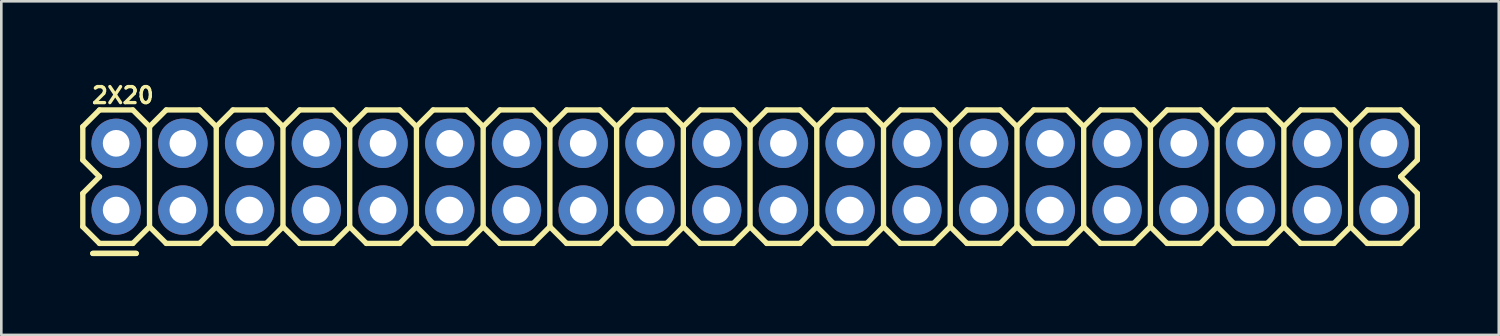
<source format=kicad_pcb>
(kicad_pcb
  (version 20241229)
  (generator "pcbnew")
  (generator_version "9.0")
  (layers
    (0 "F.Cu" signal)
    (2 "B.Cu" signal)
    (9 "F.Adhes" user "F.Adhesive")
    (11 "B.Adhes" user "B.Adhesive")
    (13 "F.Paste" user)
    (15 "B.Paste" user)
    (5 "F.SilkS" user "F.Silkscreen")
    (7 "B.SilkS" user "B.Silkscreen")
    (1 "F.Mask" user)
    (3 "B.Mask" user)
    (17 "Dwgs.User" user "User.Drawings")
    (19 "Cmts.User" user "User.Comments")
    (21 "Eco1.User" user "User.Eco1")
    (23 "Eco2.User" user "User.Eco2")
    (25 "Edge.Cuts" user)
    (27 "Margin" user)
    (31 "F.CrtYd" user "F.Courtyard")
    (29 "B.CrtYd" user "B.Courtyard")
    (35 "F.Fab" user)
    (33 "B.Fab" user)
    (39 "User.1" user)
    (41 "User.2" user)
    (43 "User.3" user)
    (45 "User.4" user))
  (footprint "2X20"
    (layer "F.Cu")
    (at 1.372 4.946)
    (property "Reference" "2X20" (at 0.254 -4.366 0) (layer "F.SilkS") (effects (font (size 0.61 0.61) (thickness 0.127))))
    (attr exclude_from_pos_files exclude_from_bom)
    (fp_line (start -1.27 -3.175) (end -1.27 -1.905) (stroke (width 0.203) (type solid)) (layer "F.SilkS"))
    (fp_line (start -1.27 -3.175) (end -0.635 -3.81) (stroke (width 0.203) (type solid)) (layer "F.SilkS"))
    (fp_line (start -1.27 -1.905) (end -0.635 -1.27) (stroke (width 0.203) (type solid)) (layer "F.SilkS"))
    (fp_line (start -1.27 -0.635) (end -1.27 0.635) (stroke (width 0.203) (type solid)) (layer "F.SilkS"))
    (fp_line (start -1.27 0.635) (end -0.635 1.27) (stroke (width 0.203) (type solid)) (layer "F.SilkS"))
    (fp_line (start -0.889 1.651) (end 0.762 1.651) (stroke (width 0.203) (type solid)) (layer "F.SilkS"))
    (fp_line (start -0.889 1.651) (end 0.762 1.651) (stroke (width 0.203) (type solid)) (layer "F.SilkS"))
    (fp_line (start -0.635 -3.81) (end 0.635 -3.81) (stroke (width 0.203) (type solid)) (layer "F.SilkS"))
    (fp_line (start -0.635 -1.27) (end -1.27 -0.635) (stroke (width 0.203) (type solid)) (layer "F.SilkS"))
    (fp_line (start 0.635 -3.81) (end 1.27 -3.175) (stroke (width 0.203) (type solid)) (layer "F.SilkS"))
    (fp_line (start 0.635 1.27) (end -0.635 1.27) (stroke (width 0.203) (type solid)) (layer "F.SilkS"))
    (fp_line (start 1.27 -3.175) (end 1.27 0.635) (stroke (width 0.203) (type solid)) (layer "F.SilkS"))
    (fp_line (start 1.27 -3.175) (end 1.905 -3.81) (stroke (width 0.203) (type solid)) (layer "F.SilkS"))
    (fp_line (start 1.27 0.635) (end 0.635 1.27) (stroke (width 0.203) (type solid)) (layer "F.SilkS"))
    (fp_line (start 1.905 -3.81) (end 3.175 -3.81) (stroke (width 0.203) (type solid)) (layer "F.SilkS"))
    (fp_line (start 1.905 1.27) (end 1.27 0.635) (stroke (width 0.203) (type solid)) (layer "F.SilkS"))
    (fp_line (start 3.175 -3.81) (end 3.81 -3.175) (stroke (width 0.203) (type solid)) (layer "F.SilkS"))
    (fp_line (start 3.175 1.27) (end 1.905 1.27) (stroke (width 0.203) (type solid)) (layer "F.SilkS"))
    (fp_line (start 3.81 -3.175) (end 3.81 0.635) (stroke (width 0.203) (type solid)) (layer "F.SilkS"))
    (fp_line (start 3.81 -3.175) (end 4.445 -3.81) (stroke (width 0.203) (type solid)) (layer "F.SilkS"))
    (fp_line (start 3.81 0.635) (end 3.175 1.27) (stroke (width 0.203) (type solid)) (layer "F.SilkS"))
    (fp_line (start 4.445 -3.81) (end 5.715 -3.81) (stroke (width 0.203) (type solid)) (layer "F.SilkS"))
    (fp_line (start 4.445 1.27) (end 3.81 0.635) (stroke (width 0.203) (type solid)) (layer "F.SilkS"))
    (fp_line (start 5.715 -3.81) (end 6.35 -3.175) (stroke (width 0.203) (type solid)) (layer "F.SilkS"))
    (fp_line (start 5.715 1.27) (end 4.445 1.27) (stroke (width 0.203) (type solid)) (layer "F.SilkS"))
    (fp_line (start 6.35 -3.175) (end 6.35 0.635) (stroke (width 0.203) (type solid)) (layer "F.SilkS"))
    (fp_line (start 6.35 0.635) (end 5.715 1.27) (stroke (width 0.203) (type solid)) (layer "F.SilkS"))
    (fp_line (start 6.35 0.635) (end 6.985 1.27) (stroke (width 0.203) (type solid)) (layer "F.SilkS"))
    (fp_line (start 6.985 -3.81) (end 6.35 -3.175) (stroke (width 0.203) (type solid)) (layer "F.SilkS"))
    (fp_line (start 6.985 -3.81) (end 8.255 -3.81) (stroke (width 0.203) (type solid)) (layer "F.SilkS"))
    (fp_line (start 8.255 -3.81) (end 8.89 -3.175) (stroke (width 0.203) (type solid)) (layer "F.SilkS"))
    (fp_line (start 8.255 1.27) (end 6.985 1.27) (stroke (width 0.203) (type solid)) (layer "F.SilkS"))
    (fp_line (start 8.89 -3.175) (end 8.89 0.635) (stroke (width 0.203) (type solid)) (layer "F.SilkS"))
    (fp_line (start 8.89 -3.175) (end 9.525 -3.81) (stroke (width 0.203) (type solid)) (layer "F.SilkS"))
    (fp_line (start 8.89 0.635) (end 8.255 1.27) (stroke (width 0.203) (type solid)) (layer "F.SilkS"))
    (fp_line (start 9.525 -3.81) (end 10.795 -3.81) (stroke (width 0.203) (type solid)) (layer "F.SilkS"))
    (fp_line (start 9.525 1.27) (end 8.89 0.635) (stroke (width 0.203) (type solid)) (layer "F.SilkS"))
    (fp_line (start 10.795 -3.81) (end 11.43 -3.175) (stroke (width 0.203) (type solid)) (layer "F.SilkS"))
    (fp_line (start 10.795 1.27) (end 9.525 1.27) (stroke (width 0.203) (type solid)) (layer "F.SilkS"))
    (fp_line (start 11.43 -3.175) (end 11.43 0.635) (stroke (width 0.203) (type solid)) (layer "F.SilkS"))
    (fp_line (start 11.43 -3.175) (end 12.065 -3.81) (stroke (width 0.203) (type solid)) (layer "F.SilkS"))
    (fp_line (start 11.43 0.635) (end 10.795 1.27) (stroke (width 0.203) (type solid)) (layer "F.SilkS"))
    (fp_line (start 12.065 -3.81) (end 13.335 -3.81) (stroke (width 0.203) (type solid)) (layer "F.SilkS"))
    (fp_line (start 12.065 1.27) (end 11.43 0.635) (stroke (width 0.203) (type solid)) (layer "F.SilkS"))
    (fp_line (start 13.335 -3.81) (end 13.97 -3.175) (stroke (width 0.203) (type solid)) (layer "F.SilkS"))
    (fp_line (start 13.335 1.27) (end 12.065 1.27) (stroke (width 0.203) (type solid)) (layer "F.SilkS"))
    (fp_line (start 13.97 -3.175) (end 13.97 0.635) (stroke (width 0.203) (type solid)) (layer "F.SilkS"))
    (fp_line (start 13.97 0.635) (end 13.335 1.27) (stroke (width 0.203) (type solid)) (layer "F.SilkS"))
    (fp_line (start 13.97 0.635) (end 14.605 1.27) (stroke (width 0.203) (type solid)) (layer "F.SilkS"))
    (fp_line (start 14.605 -3.81) (end 13.97 -3.175) (stroke (width 0.203) (type solid)) (layer "F.SilkS"))
    (fp_line (start 14.605 -3.81) (end 15.875 -3.81) (stroke (width 0.203) (type solid)) (layer "F.SilkS"))
    (fp_line (start 15.875 -3.81) (end 16.51 -3.175) (stroke (width 0.203) (type solid)) (layer "F.SilkS"))
    (fp_line (start 15.875 1.27) (end 14.605 1.27) (stroke (width 0.203) (type solid)) (layer "F.SilkS"))
    (fp_line (start 16.51 -3.175) (end 16.51 0.635) (stroke (width 0.203) (type solid)) (layer "F.SilkS"))
    (fp_line (start 16.51 0.635) (end 15.875 1.27) (stroke (width 0.203) (type solid)) (layer "F.SilkS"))
    (fp_line (start 16.51 0.635) (end 17.145 1.27) (stroke (width 0.203) (type solid)) (layer "F.SilkS"))
    (fp_line (start 17.145 -3.81) (end 16.51 -3.175) (stroke (width 0.203) (type solid)) (layer "F.SilkS"))
    (fp_line (start 17.145 -3.81) (end 18.415 -3.81) (stroke (width 0.203) (type solid)) (layer "F.SilkS"))
    (fp_line (start 18.415 -3.81) (end 19.05 -3.175) (stroke (width 0.203) (type solid)) (layer "F.SilkS"))
    (fp_line (start 18.415 1.27) (end 17.145 1.27) (stroke (width 0.203) (type solid)) (layer "F.SilkS"))
    (fp_line (start 19.05 -3.175) (end 19.05 0.635) (stroke (width 0.203) (type solid)) (layer "F.SilkS"))
    (fp_line (start 19.05 -3.175) (end 19.685 -3.81) (stroke (width 0.203) (type solid)) (layer "F.SilkS"))
    (fp_line (start 19.05 0.635) (end 18.415 1.27) (stroke (width 0.203) (type solid)) (layer "F.SilkS"))
    (fp_line (start 19.685 -3.81) (end 20.955 -3.81) (stroke (width 0.203) (type solid)) (layer "F.SilkS"))
    (fp_line (start 19.685 1.27) (end 19.05 0.635) (stroke (width 0.203) (type solid)) (layer "F.SilkS"))
    (fp_line (start 20.955 -3.81) (end 21.59 -3.175) (stroke (width 0.203) (type solid)) (layer "F.SilkS"))
    (fp_line (start 20.955 1.27) (end 19.685 1.27) (stroke (width 0.203) (type solid)) (layer "F.SilkS"))
    (fp_line (start 21.59 -3.175) (end 21.59 0.635) (stroke (width 0.203) (type solid)) (layer "F.SilkS"))
    (fp_line (start 21.59 -3.175) (end 22.225 -3.81) (stroke (width 0.203) (type solid)) (layer "F.SilkS"))
    (fp_line (start 21.59 0.635) (end 20.955 1.27) (stroke (width 0.203) (type solid)) (layer "F.SilkS"))
    (fp_line (start 22.225 -3.81) (end 23.495 -3.81) (stroke (width 0.203) (type solid)) (layer "F.SilkS"))
    (fp_line (start 22.225 1.27) (end 21.59 0.635) (stroke (width 0.203) (type solid)) (layer "F.SilkS"))
    (fp_line (start 23.495 -3.81) (end 24.13 -3.175) (stroke (width 0.203) (type solid)) (layer "F.SilkS"))
    (fp_line (start 23.495 1.27) (end 22.225 1.27) (stroke (width 0.203) (type solid)) (layer "F.SilkS"))
    (fp_line (start 24.13 -3.175) (end 24.13 0.635) (stroke (width 0.203) (type solid)) (layer "F.SilkS"))
    (fp_line (start 24.13 0.635) (end 23.495 1.27) (stroke (width 0.203) (type solid)) (layer "F.SilkS"))
    (fp_line (start 24.13 0.635) (end 24.765 1.27) (stroke (width 0.203) (type solid)) (layer "F.SilkS"))
    (fp_line (start 24.765 -3.81) (end 24.13 -3.175) (stroke (width 0.203) (type solid)) (layer "F.SilkS"))
    (fp_line (start 24.765 -3.81) (end 26.035 -3.81) (stroke (width 0.203) (type solid)) (layer "F.SilkS"))
    (fp_line (start 26.035 -3.81) (end 26.67 -3.175) (stroke (width 0.203) (type solid)) (layer "F.SilkS"))
    (fp_line (start 26.035 1.27) (end 24.765 1.27) (stroke (width 0.203) (type solid)) (layer "F.SilkS"))
    (fp_line (start 26.67 -3.175) (end 26.67 0.635) (stroke (width 0.203) (type solid)) (layer "F.SilkS"))
    (fp_line (start 26.67 -3.175) (end 27.305 -3.81) (stroke (width 0.203) (type solid)) (layer "F.SilkS"))
    (fp_line (start 26.67 0.635) (end 26.035 1.27) (stroke (width 0.203) (type solid)) (layer "F.SilkS"))
    (fp_line (start 27.305 -3.81) (end 28.575 -3.81) (stroke (width 0.203) (type solid)) (layer "F.SilkS"))
    (fp_line (start 27.305 1.27) (end 26.67 0.635) (stroke (width 0.203) (type solid)) (layer "F.SilkS"))
    (fp_line (start 28.575 -3.81) (end 29.21 -3.175) (stroke (width 0.203) (type solid)) (layer "F.SilkS"))
    (fp_line (start 28.575 1.27) (end 27.305 1.27) (stroke (width 0.203) (type solid)) (layer "F.SilkS"))
    (fp_line (start 29.21 -3.175) (end 29.21 0.635) (stroke (width 0.203) (type solid)) (layer "F.SilkS"))
    (fp_line (start 29.21 -3.175) (end 29.845 -3.81) (stroke (width 0.203) (type solid)) (layer "F.SilkS"))
    (fp_line (start 29.21 0.635) (end 28.575 1.27) (stroke (width 0.203) (type solid)) (layer "F.SilkS"))
    (fp_line (start 29.845 -3.81) (end 31.115 -3.81) (stroke (width 0.203) (type solid)) (layer "F.SilkS"))
    (fp_line (start 29.845 1.27) (end 29.21 0.635) (stroke (width 0.203) (type solid)) (layer "F.SilkS"))
    (fp_line (start 31.115 -3.81) (end 31.75 -3.175) (stroke (width 0.203) (type solid)) (layer "F.SilkS"))
    (fp_line (start 31.115 1.27) (end 29.845 1.27) (stroke (width 0.203) (type solid)) (layer "F.SilkS"))
    (fp_line (start 31.75 -3.175) (end 31.75 0.635) (stroke (width 0.203) (type solid)) (layer "F.SilkS"))
    (fp_line (start 31.75 0.635) (end 31.115 1.27) (stroke (width 0.203) (type solid)) (layer "F.SilkS"))
    (fp_line (start 32.385 -3.81) (end 31.75 -3.175) (stroke (width 0.203) (type solid)) (layer "F.SilkS"))
    (fp_line (start 32.385 -3.81) (end 33.655 -3.81) (stroke (width 0.203) (type solid)) (layer "F.SilkS"))
    (fp_line (start 32.385 1.27) (end 31.75 0.635) (stroke (width 0.203) (type solid)) (layer "F.SilkS"))
    (fp_line (start 33.655 -3.81) (end 34.29 -3.175) (stroke (width 0.203) (type solid)) (layer "F.SilkS"))
    (fp_line (start 33.655 1.27) (end 32.385 1.27) (stroke (width 0.203) (type solid)) (layer "F.SilkS"))
    (fp_line (start 34.29 -3.175) (end 34.29 0.635) (stroke (width 0.203) (type solid)) (layer "F.SilkS"))
    (fp_line (start 34.29 0.635) (end 33.655 1.27) (stroke (width 0.203) (type solid)) (layer "F.SilkS"))
    (fp_line (start 34.925 -3.81) (end 34.29 -3.175) (stroke (width 0.203) (type solid)) (layer "F.SilkS"))
    (fp_line (start 34.925 -3.81) (end 36.195 -3.81) (stroke (width 0.203) (type solid)) (layer "F.SilkS"))
    (fp_line (start 34.925 1.27) (end 34.29 0.635) (stroke (width 0.203) (type solid)) (layer "F.SilkS"))
    (fp_line (start 36.195 -3.81) (end 36.83 -3.175) (stroke (width 0.203) (type solid)) (layer "F.SilkS"))
    (fp_line (start 36.195 1.27) (end 34.925 1.27) (stroke (width 0.203) (type solid)) (layer "F.SilkS"))
    (fp_line (start 36.83 -3.175) (end 36.83 0.635) (stroke (width 0.203) (type solid)) (layer "F.SilkS"))
    (fp_line (start 36.83 -3.175) (end 37.465 -3.81) (stroke (width 0.203) (type solid)) (layer "F.SilkS"))
    (fp_line (start 36.83 0.635) (end 36.195 1.27) (stroke (width 0.203) (type solid)) (layer "F.SilkS"))
    (fp_line (start 37.465 -3.81) (end 38.735 -3.81) (stroke (width 0.203) (type solid)) (layer "F.SilkS"))
    (fp_line (start 37.465 1.27) (end 36.83 0.635) (stroke (width 0.203) (type solid)) (layer "F.SilkS"))
    (fp_line (start 38.735 -3.81) (end 39.37 -3.175) (stroke (width 0.203) (type solid)) (layer "F.SilkS"))
    (fp_line (start 38.735 1.27) (end 37.465 1.27) (stroke (width 0.203) (type solid)) (layer "F.SilkS"))
    (fp_line (start 38.735 1.27) (end 39.37 0.635) (stroke (width 0.203) (type solid)) (layer "F.SilkS"))
    (fp_line (start 39.37 -3.175) (end 39.37 0.635) (stroke (width 0.203) (type solid)) (layer "F.SilkS"))
    (fp_line (start 39.37 -3.175) (end 40.005 -3.81) (stroke (width 0.203) (type solid)) (layer "F.SilkS"))
    (fp_line (start 40.005 -3.81) (end 41.275 -3.81) (stroke (width 0.203) (type solid)) (layer "F.SilkS"))
    (fp_line (start 40.005 1.27) (end 39.37 0.635) (stroke (width 0.203) (type solid)) (layer "F.SilkS"))
    (fp_line (start 41.275 -3.81) (end 41.91 -3.175) (stroke (width 0.203) (type solid)) (layer "F.SilkS"))
    (fp_line (start 41.275 1.27) (end 40.005 1.27) (stroke (width 0.203) (type solid)) (layer "F.SilkS"))
    (fp_line (start 41.91 -3.175) (end 41.91 0.635) (stroke (width 0.203) (type solid)) (layer "F.SilkS"))
    (fp_line (start 41.91 0.635) (end 41.275 1.27) (stroke (width 0.203) (type solid)) (layer "F.SilkS"))
    (fp_line (start 42.545 -3.81) (end 41.91 -3.175) (stroke (width 0.203) (type solid)) (layer "F.SilkS"))
    (fp_line (start 42.545 -3.81) (end 43.815 -3.81) (stroke (width 0.203) (type solid)) (layer "F.SilkS"))
    (fp_line (start 42.545 1.27) (end 41.91 0.635) (stroke (width 0.203) (type solid)) (layer "F.SilkS"))
    (fp_line (start 43.815 -3.81) (end 44.45 -3.175) (stroke (width 0.203) (type solid)) (layer "F.SilkS"))
    (fp_line (start 43.815 1.27) (end 42.545 1.27) (stroke (width 0.203) (type solid)) (layer "F.SilkS"))
    (fp_line (start 44.45 -3.175) (end 44.45 0.635) (stroke (width 0.203) (type solid)) (layer "F.SilkS"))
    (fp_line (start 44.45 -3.175) (end 45.085 -3.81) (stroke (width 0.203) (type solid)) (layer "F.SilkS"))
    (fp_line (start 44.45 0.635) (end 43.815 1.27) (stroke (width 0.203) (type solid)) (layer "F.SilkS"))
    (fp_line (start 45.085 -3.81) (end 46.355 -3.81) (stroke (width 0.203) (type solid)) (layer "F.SilkS"))
    (fp_line (start 45.085 1.27) (end 44.45 0.635) (stroke (width 0.203) (type solid)) (layer "F.SilkS"))
    (fp_line (start 46.355 -3.81) (end 46.99 -3.175) (stroke (width 0.203) (type solid)) (layer "F.SilkS"))
    (fp_line (start 46.355 1.27) (end 45.085 1.27) (stroke (width 0.203) (type solid)) (layer "F.SilkS"))
    (fp_line (start 46.355 1.27) (end 46.99 0.635) (stroke (width 0.203) (type solid)) (layer "F.SilkS"))
    (fp_line (start 46.99 -3.175) (end 46.99 0.635) (stroke (width 0.203) (type solid)) (layer "F.SilkS"))
    (fp_line (start 46.99 -3.175) (end 47.625 -3.81) (stroke (width 0.203) (type solid)) (layer "F.SilkS"))
    (fp_line (start 47.625 -3.81) (end 48.895 -3.81) (stroke (width 0.203) (type solid)) (layer "F.SilkS"))
    (fp_line (start 47.625 1.27) (end 46.99 0.635) (stroke (width 0.203) (type solid)) (layer "F.SilkS"))
    (fp_line (start 48.895 -3.81) (end 49.53 -3.175) (stroke (width 0.203) (type solid)) (layer "F.SilkS"))
    (fp_line (start 48.895 -1.27) (end 49.53 -0.635) (stroke (width 0.203) (type solid)) (layer "F.SilkS"))
    (fp_line (start 48.895 1.27) (end 47.625 1.27) (stroke (width 0.203) (type solid)) (layer "F.SilkS"))
    (fp_line (start 48.895 1.27) (end 49.53 0.635) (stroke (width 0.203) (type solid)) (layer "F.SilkS"))
    (fp_line (start 49.53 -1.905) (end 48.895 -1.27) (stroke (width 0.203) (type solid)) (layer "F.SilkS"))
    (fp_line (start 49.53 -1.905) (end 49.53 -3.175) (stroke (width 0.203) (type solid)) (layer "F.SilkS"))
    (fp_line (start 49.53 0.635) (end 49.53 -0.635) (stroke (width 0.203) (type solid)) (layer "F.SilkS"))
    (fp_line (start -0.254 -2.794) (end 0.254 -2.794) (stroke (width 0.066) (type solid)) (layer "Dwgs.User"))
    (fp_line (start -0.254 -2.286) (end -0.254 -2.794) (stroke (width 0.066) (type solid)) (layer "Dwgs.User"))
    (fp_line (start -0.254 -2.286) (end 0.254 -2.286) (stroke (width 0.066) (type solid)) (layer "Dwgs.User"))
    (fp_line (start -0.254 -0.254) (end 0.254 -0.254) (stroke (width 0.066) (type solid)) (layer "Dwgs.User"))
    (fp_line (start -0.254 0.254) (end -0.254 -0.254) (stroke (width 0.066) (type solid)) (layer "Dwgs.User"))
    (fp_line (start -0.254 0.254) (end 0.254 0.254) (stroke (width 0.066) (type solid)) (layer "Dwgs.User"))
    (fp_line (start 0.254 -2.286) (end 0.254 -2.794) (stroke (width 0.066) (type solid)) (layer "Dwgs.User"))
    (fp_line (start 0.254 0.254) (end 0.254 -0.254) (stroke (width 0.066) (type solid)) (layer "Dwgs.User"))
    (fp_line (start 2.286 -2.794) (end 2.794 -2.794) (stroke (width 0.066) (type solid)) (layer "Dwgs.User"))
    (fp_line (start 2.286 -2.286) (end 2.286 -2.794) (stroke (width 0.066) (type solid)) (layer "Dwgs.User"))
    (fp_line (start 2.286 -2.286) (end 2.794 -2.286) (stroke (width 0.066) (type solid)) (layer "Dwgs.User"))
    (fp_line (start 2.286 -0.254) (end 2.794 -0.254) (stroke (width 0.066) (type solid)) (layer "Dwgs.User"))
    (fp_line (start 2.286 0.254) (end 2.286 -0.254) (stroke (width 0.066) (type solid)) (layer "Dwgs.User"))
    (fp_line (start 2.286 0.254) (end 2.794 0.254) (stroke (width 0.066) (type solid)) (layer "Dwgs.User"))
    (fp_line (start 2.794 -2.286) (end 2.794 -2.794) (stroke (width 0.066) (type solid)) (layer "Dwgs.User"))
    (fp_line (start 2.794 0.254) (end 2.794 -0.254) (stroke (width 0.066) (type solid)) (layer "Dwgs.User"))
    (fp_line (start 4.826 -2.794) (end 5.334 -2.794) (stroke (width 0.066) (type solid)) (layer "Dwgs.User"))
    (fp_line (start 4.826 -2.286) (end 4.826 -2.794) (stroke (width 0.066) (type solid)) (layer "Dwgs.User"))
    (fp_line (start 4.826 -2.286) (end 5.334 -2.286) (stroke (width 0.066) (type solid)) (layer "Dwgs.User"))
    (fp_line (start 4.826 -0.254) (end 5.334 -0.254) (stroke (width 0.066) (type solid)) (layer "Dwgs.User"))
    (fp_line (start 4.826 0.254) (end 4.826 -0.254) (stroke (width 0.066) (type solid)) (layer "Dwgs.User"))
    (fp_line (start 4.826 0.254) (end 5.334 0.254) (stroke (width 0.066) (type solid)) (layer "Dwgs.User"))
    (fp_line (start 5.334 -2.286) (end 5.334 -2.794) (stroke (width 0.066) (type solid)) (layer "Dwgs.User"))
    (fp_line (start 5.334 0.254) (end 5.334 -0.254) (stroke (width 0.066) (type solid)) (layer "Dwgs.User"))
    (fp_line (start 7.366 -2.794) (end 7.874 -2.794) (stroke (width 0.066) (type solid)) (layer "Dwgs.User"))
    (fp_line (start 7.366 -2.286) (end 7.366 -2.794) (stroke (width 0.066) (type solid)) (layer "Dwgs.User"))
    (fp_line (start 7.366 -2.286) (end 7.874 -2.286) (stroke (width 0.066) (type solid)) (layer "Dwgs.User"))
    (fp_line (start 7.366 -0.254) (end 7.874 -0.254) (stroke (width 0.066) (type solid)) (layer "Dwgs.User"))
    (fp_line (start 7.366 0.254) (end 7.366 -0.254) (stroke (width 0.066) (type solid)) (layer "Dwgs.User"))
    (fp_line (start 7.366 0.254) (end 7.874 0.254) (stroke (width 0.066) (type solid)) (layer "Dwgs.User"))
    (fp_line (start 7.874 -2.286) (end 7.874 -2.794) (stroke (width 0.066) (type solid)) (layer "Dwgs.User"))
    (fp_line (start 7.874 0.254) (end 7.874 -0.254) (stroke (width 0.066) (type solid)) (layer "Dwgs.User"))
    (fp_line (start 9.906 -2.794) (end 10.414 -2.794) (stroke (width 0.066) (type solid)) (layer "Dwgs.User"))
    (fp_line (start 9.906 -2.286) (end 9.906 -2.794) (stroke (width 0.066) (type solid)) (layer "Dwgs.User"))
    (fp_line (start 9.906 -2.286) (end 10.414 -2.286) (stroke (width 0.066) (type solid)) (layer "Dwgs.User"))
    (fp_line (start 9.906 -0.254) (end 10.414 -0.254) (stroke (width 0.066) (type solid)) (layer "Dwgs.User"))
    (fp_line (start 9.906 0.254) (end 9.906 -0.254) (stroke (width 0.066) (type solid)) (layer "Dwgs.User"))
    (fp_line (start 9.906 0.254) (end 10.414 0.254) (stroke (width 0.066) (type solid)) (layer "Dwgs.User"))
    (fp_line (start 10.414 -2.286) (end 10.414 -2.794) (stroke (width 0.066) (type solid)) (layer "Dwgs.User"))
    (fp_line (start 10.414 0.254) (end 10.414 -0.254) (stroke (width 0.066) (type solid)) (layer "Dwgs.User"))
    (fp_line (start 12.446 -2.794) (end 12.954 -2.794) (stroke (width 0.066) (type solid)) (layer "Dwgs.User"))
    (fp_line (start 12.446 -2.286) (end 12.446 -2.794) (stroke (width 0.066) (type solid)) (layer "Dwgs.User"))
    (fp_line (start 12.446 -2.286) (end 12.954 -2.286) (stroke (width 0.066) (type solid)) (layer "Dwgs.User"))
    (fp_line (start 12.446 -0.254) (end 12.954 -0.254) (stroke (width 0.066) (type solid)) (layer "Dwgs.User"))
    (fp_line (start 12.446 0.254) (end 12.446 -0.254) (stroke (width 0.066) (type solid)) (layer "Dwgs.User"))
    (fp_line (start 12.446 0.254) (end 12.954 0.254) (stroke (width 0.066) (type solid)) (layer "Dwgs.User"))
    (fp_line (start 12.954 -2.286) (end 12.954 -2.794) (stroke (width 0.066) (type solid)) (layer "Dwgs.User"))
    (fp_line (start 12.954 0.254) (end 12.954 -0.254) (stroke (width 0.066) (type solid)) (layer "Dwgs.User"))
    (fp_line (start 14.986 -2.794) (end 15.494 -2.794) (stroke (width 0.066) (type solid)) (layer "Dwgs.User"))
    (fp_line (start 14.986 -2.286) (end 14.986 -2.794) (stroke (width 0.066) (type solid)) (layer "Dwgs.User"))
    (fp_line (start 14.986 -2.286) (end 15.494 -2.286) (stroke (width 0.066) (type solid)) (layer "Dwgs.User"))
    (fp_line (start 14.986 -0.254) (end 15.494 -0.254) (stroke (width 0.066) (type solid)) (layer "Dwgs.User"))
    (fp_line (start 14.986 0.254) (end 14.986 -0.254) (stroke (width 0.066) (type solid)) (layer "Dwgs.User"))
    (fp_line (start 14.986 0.254) (end 15.494 0.254) (stroke (width 0.066) (type solid)) (layer "Dwgs.User"))
    (fp_line (start 15.494 -2.286) (end 15.494 -2.794) (stroke (width 0.066) (type solid)) (layer "Dwgs.User"))
    (fp_line (start 15.494 0.254) (end 15.494 -0.254) (stroke (width 0.066) (type solid)) (layer "Dwgs.User"))
    (fp_line (start 17.523 -2.794) (end 18.034 -2.794) (stroke (width 0.066) (type solid)) (layer "Dwgs.User"))
    (fp_line (start 17.523 -2.286) (end 17.523 -2.794) (stroke (width 0.066) (type solid)) (layer "Dwgs.User"))
    (fp_line (start 17.523 -2.286) (end 18.034 -2.286) (stroke (width 0.066) (type solid)) (layer "Dwgs.User"))
    (fp_line (start 17.523 -0.254) (end 18.034 -0.254) (stroke (width 0.066) (type solid)) (layer "Dwgs.User"))
    (fp_line (start 17.523 0.254) (end 17.523 -0.254) (stroke (width 0.066) (type solid)) (layer "Dwgs.User"))
    (fp_line (start 17.523 0.254) (end 18.034 0.254) (stroke (width 0.066) (type solid)) (layer "Dwgs.User"))
    (fp_line (start 18.034 -2.286) (end 18.034 -2.794) (stroke (width 0.066) (type solid)) (layer "Dwgs.User"))
    (fp_line (start 18.034 0.254) (end 18.034 -0.254) (stroke (width 0.066) (type solid)) (layer "Dwgs.User"))
    (fp_line (start 20.066 -2.794) (end 20.574 -2.794) (stroke (width 0.066) (type solid)) (layer "Dwgs.User"))
    (fp_line (start 20.066 -2.286) (end 20.066 -2.794) (stroke (width 0.066) (type solid)) (layer "Dwgs.User"))
    (fp_line (start 20.066 -2.286) (end 20.574 -2.286) (stroke (width 0.066) (type solid)) (layer "Dwgs.User"))
    (fp_line (start 20.066 -0.254) (end 20.574 -0.254) (stroke (width 0.066) (type solid)) (layer "Dwgs.User"))
    (fp_line (start 20.066 0.254) (end 20.066 -0.254) (stroke (width 0.066) (type solid)) (layer "Dwgs.User"))
    (fp_line (start 20.066 0.254) (end 20.574 0.254) (stroke (width 0.066) (type solid)) (layer "Dwgs.User"))
    (fp_line (start 20.574 -2.286) (end 20.574 -2.794) (stroke (width 0.066) (type solid)) (layer "Dwgs.User"))
    (fp_line (start 20.574 0.254) (end 20.574 -0.254) (stroke (width 0.066) (type solid)) (layer "Dwgs.User"))
    (fp_line (start 22.606 -2.794) (end 23.114 -2.794) (stroke (width 0.066) (type solid)) (layer "Dwgs.User"))
    (fp_line (start 22.606 -2.286) (end 22.606 -2.794) (stroke (width 0.066) (type solid)) (layer "Dwgs.User"))
    (fp_line (start 22.606 -2.286) (end 23.114 -2.286) (stroke (width 0.066) (type solid)) (layer "Dwgs.User"))
    (fp_line (start 22.606 -0.254) (end 23.114 -0.254) (stroke (width 0.066) (type solid)) (layer "Dwgs.User"))
    (fp_line (start 22.606 0.254) (end 22.606 -0.254) (stroke (width 0.066) (type solid)) (layer "Dwgs.User"))
    (fp_line (start 22.606 0.254) (end 23.114 0.254) (stroke (width 0.066) (type solid)) (layer "Dwgs.User"))
    (fp_line (start 23.114 -2.286) (end 23.114 -2.794) (stroke (width 0.066) (type solid)) (layer "Dwgs.User"))
    (fp_line (start 23.114 0.254) (end 23.114 -0.254) (stroke (width 0.066) (type solid)) (layer "Dwgs.User"))
    (fp_line (start 25.146 -2.794) (end 25.654 -2.794) (stroke (width 0.066) (type solid)) (layer "Dwgs.User"))
    (fp_line (start 25.146 -2.286) (end 25.146 -2.794) (stroke (width 0.066) (type solid)) (layer "Dwgs.User"))
    (fp_line (start 25.146 -2.286) (end 25.654 -2.286) (stroke (width 0.066) (type solid)) (layer "Dwgs.User"))
    (fp_line (start 25.146 -0.254) (end 25.654 -0.254) (stroke (width 0.066) (type solid)) (layer "Dwgs.User"))
    (fp_line (start 25.146 0.254) (end 25.146 -0.254) (stroke (width 0.066) (type solid)) (layer "Dwgs.User"))
    (fp_line (start 25.146 0.254) (end 25.654 0.254) (stroke (width 0.066) (type solid)) (layer "Dwgs.User"))
    (fp_line (start 25.654 -2.286) (end 25.654 -2.794) (stroke (width 0.066) (type solid)) (layer "Dwgs.User"))
    (fp_line (start 25.654 0.254) (end 25.654 -0.254) (stroke (width 0.066) (type solid)) (layer "Dwgs.User"))
    (fp_line (start 27.686 -2.794) (end 28.194 -2.794) (stroke (width 0.066) (type solid)) (layer "Dwgs.User"))
    (fp_line (start 27.686 -2.286) (end 27.686 -2.794) (stroke (width 0.066) (type solid)) (layer "Dwgs.User"))
    (fp_line (start 27.686 -2.286) (end 28.194 -2.286) (stroke (width 0.066) (type solid)) (layer "Dwgs.User"))
    (fp_line (start 27.686 -0.254) (end 28.194 -0.254) (stroke (width 0.066) (type solid)) (layer "Dwgs.User"))
    (fp_line (start 27.686 0.254) (end 27.686 -0.254) (stroke (width 0.066) (type solid)) (layer "Dwgs.User"))
    (fp_line (start 27.686 0.254) (end 28.194 0.254) (stroke (width 0.066) (type solid)) (layer "Dwgs.User"))
    (fp_line (start 28.194 -2.286) (end 28.194 -2.794) (stroke (width 0.066) (type solid)) (layer "Dwgs.User"))
    (fp_line (start 28.194 0.254) (end 28.194 -0.254) (stroke (width 0.066) (type solid)) (layer "Dwgs.User"))
    (fp_line (start 30.226 -2.794) (end 30.734 -2.794) (stroke (width 0.066) (type solid)) (layer "Dwgs.User"))
    (fp_line (start 30.226 -2.286) (end 30.226 -2.794) (stroke (width 0.066) (type solid)) (layer "Dwgs.User"))
    (fp_line (start 30.226 -2.286) (end 30.734 -2.286) (stroke (width 0.066) (type solid)) (layer "Dwgs.User"))
    (fp_line (start 30.226 -0.254) (end 30.734 -0.254) (stroke (width 0.066) (type solid)) (layer "Dwgs.User"))
    (fp_line (start 30.226 0.254) (end 30.226 -0.254) (stroke (width 0.066) (type solid)) (layer "Dwgs.User"))
    (fp_line (start 30.226 0.254) (end 30.734 0.254) (stroke (width 0.066) (type solid)) (layer "Dwgs.User"))
    (fp_line (start 30.734 -2.286) (end 30.734 -2.794) (stroke (width 0.066) (type solid)) (layer "Dwgs.User"))
    (fp_line (start 30.734 0.254) (end 30.734 -0.254) (stroke (width 0.066) (type solid)) (layer "Dwgs.User"))
    (fp_line (start 32.766 -2.794) (end 33.274 -2.794) (stroke (width 0.066) (type solid)) (layer "Dwgs.User"))
    (fp_line (start 32.766 -2.286) (end 32.766 -2.794) (stroke (width 0.066) (type solid)) (layer "Dwgs.User"))
    (fp_line (start 32.766 -2.286) (end 33.274 -2.286) (stroke (width 0.066) (type solid)) (layer "Dwgs.User"))
    (fp_line (start 32.766 -0.254) (end 33.274 -0.254) (stroke (width 0.066) (type solid)) (layer "Dwgs.User"))
    (fp_line (start 32.766 0.254) (end 32.766 -0.254) (stroke (width 0.066) (type solid)) (layer "Dwgs.User"))
    (fp_line (start 32.766 0.254) (end 33.274 0.254) (stroke (width 0.066) (type solid)) (layer "Dwgs.User"))
    (fp_line (start 33.274 -2.286) (end 33.274 -2.794) (stroke (width 0.066) (type solid)) (layer "Dwgs.User"))
    (fp_line (start 33.274 0.254) (end 33.274 -0.254) (stroke (width 0.066) (type solid)) (layer "Dwgs.User"))
    (fp_line (start 35.303 -2.794) (end 35.814 -2.794) (stroke (width 0.066) (type solid)) (layer "Dwgs.User"))
    (fp_line (start 35.303 -2.286) (end 35.303 -2.794) (stroke (width 0.066) (type solid)) (layer "Dwgs.User"))
    (fp_line (start 35.303 -2.286) (end 35.814 -2.286) (stroke (width 0.066) (type solid)) (layer "Dwgs.User"))
    (fp_line (start 35.303 -0.254) (end 35.814 -0.254) (stroke (width 0.066) (type solid)) (layer "Dwgs.User"))
    (fp_line (start 35.303 0.254) (end 35.303 -0.254) (stroke (width 0.066) (type solid)) (layer "Dwgs.User"))
    (fp_line (start 35.303 0.254) (end 35.814 0.254) (stroke (width 0.066) (type solid)) (layer "Dwgs.User"))
    (fp_line (start 35.814 -2.286) (end 35.814 -2.794) (stroke (width 0.066) (type solid)) (layer "Dwgs.User"))
    (fp_line (start 35.814 0.254) (end 35.814 -0.254) (stroke (width 0.066) (type solid)) (layer "Dwgs.User"))
    (fp_line (start 37.846 -2.794) (end 38.354 -2.794) (stroke (width 0.066) (type solid)) (layer "Dwgs.User"))
    (fp_line (start 37.846 -2.286) (end 37.846 -2.794) (stroke (width 0.066) (type solid)) (layer "Dwgs.User"))
    (fp_line (start 37.846 -2.286) (end 38.354 -2.286) (stroke (width 0.066) (type solid)) (layer "Dwgs.User"))
    (fp_line (start 37.846 -0.254) (end 38.354 -0.254) (stroke (width 0.066) (type solid)) (layer "Dwgs.User"))
    (fp_line (start 37.846 0.254) (end 37.846 -0.254) (stroke (width 0.066) (type solid)) (layer "Dwgs.User"))
    (fp_line (start 37.846 0.254) (end 38.354 0.254) (stroke (width 0.066) (type solid)) (layer "Dwgs.User"))
    (fp_line (start 38.354 -2.286) (end 38.354 -2.794) (stroke (width 0.066) (type solid)) (layer "Dwgs.User"))
    (fp_line (start 38.354 0.254) (end 38.354 -0.254) (stroke (width 0.066) (type solid)) (layer "Dwgs.User"))
    (fp_line (start 40.386 -2.794) (end 40.894 -2.794) (stroke (width 0.066) (type solid)) (layer "Dwgs.User"))
    (fp_line (start 40.386 -2.286) (end 40.386 -2.794) (stroke (width 0.066) (type solid)) (layer "Dwgs.User"))
    (fp_line (start 40.386 -2.286) (end 40.894 -2.286) (stroke (width 0.066) (type solid)) (layer "Dwgs.User"))
    (fp_line (start 40.386 -0.254) (end 40.894 -0.254) (stroke (width 0.066) (type solid)) (layer "Dwgs.User"))
    (fp_line (start 40.386 0.254) (end 40.386 -0.254) (stroke (width 0.066) (type solid)) (layer "Dwgs.User"))
    (fp_line (start 40.386 0.254) (end 40.894 0.254) (stroke (width 0.066) (type solid)) (layer "Dwgs.User"))
    (fp_line (start 40.894 -2.286) (end 40.894 -2.794) (stroke (width 0.066) (type solid)) (layer "Dwgs.User"))
    (fp_line (start 40.894 0.254) (end 40.894 -0.254) (stroke (width 0.066) (type solid)) (layer "Dwgs.User"))
    (fp_line (start 42.926 -2.794) (end 43.434 -2.794) (stroke (width 0.066) (type solid)) (layer "Dwgs.User"))
    (fp_line (start 42.926 -2.286) (end 42.926 -2.794) (stroke (width 0.066) (type solid)) (layer "Dwgs.User"))
    (fp_line (start 42.926 -2.286) (end 43.434 -2.286) (stroke (width 0.066) (type solid)) (layer "Dwgs.User"))
    (fp_line (start 42.926 -0.254) (end 43.434 -0.254) (stroke (width 0.066) (type solid)) (layer "Dwgs.User"))
    (fp_line (start 42.926 0.254) (end 42.926 -0.254) (stroke (width 0.066) (type solid)) (layer "Dwgs.User"))
    (fp_line (start 42.926 0.254) (end 43.434 0.254) (stroke (width 0.066) (type solid)) (layer "Dwgs.User"))
    (fp_line (start 43.434 -2.286) (end 43.434 -2.794) (stroke (width 0.066) (type solid)) (layer "Dwgs.User"))
    (fp_line (start 43.434 0.254) (end 43.434 -0.254) (stroke (width 0.066) (type solid)) (layer "Dwgs.User"))
    (fp_line (start 45.466 -2.794) (end 45.974 -2.794) (stroke (width 0.066) (type solid)) (layer "Dwgs.User"))
    (fp_line (start 45.466 -2.286) (end 45.466 -2.794) (stroke (width 0.066) (type solid)) (layer "Dwgs.User"))
    (fp_line (start 45.466 -2.286) (end 45.974 -2.286) (stroke (width 0.066) (type solid)) (layer "Dwgs.User"))
    (fp_line (start 45.466 -0.254) (end 45.974 -0.254) (stroke (width 0.066) (type solid)) (layer "Dwgs.User"))
    (fp_line (start 45.466 0.254) (end 45.466 -0.254) (stroke (width 0.066) (type solid)) (layer "Dwgs.User"))
    (fp_line (start 45.466 0.254) (end 45.974 0.254) (stroke (width 0.066) (type solid)) (layer "Dwgs.User"))
    (fp_line (start 45.974 -2.286) (end 45.974 -2.794) (stroke (width 0.066) (type solid)) (layer "Dwgs.User"))
    (fp_line (start 45.974 0.254) (end 45.974 -0.254) (stroke (width 0.066) (type solid)) (layer "Dwgs.User"))
    (fp_line (start 48.006 -2.794) (end 48.514 -2.794) (stroke (width 0.066) (type solid)) (layer "Dwgs.User"))
    (fp_line (start 48.006 -2.286) (end 48.006 -2.794) (stroke (width 0.066) (type solid)) (layer "Dwgs.User"))
    (fp_line (start 48.006 -2.286) (end 48.514 -2.286) (stroke (width 0.066) (type solid)) (layer "Dwgs.User"))
    (fp_line (start 48.006 -0.254) (end 48.514 -0.254) (stroke (width 0.066) (type solid)) (layer "Dwgs.User"))
    (fp_line (start 48.006 0.254) (end 48.006 -0.254) (stroke (width 0.066) (type solid)) (layer "Dwgs.User"))
    (fp_line (start 48.006 0.254) (end 48.514 0.254) (stroke (width 0.066) (type solid)) (layer "Dwgs.User"))
    (fp_line (start 48.514 -2.286) (end 48.514 -2.794) (stroke (width 0.066) (type solid)) (layer "Dwgs.User"))
    (fp_line (start 48.514 0.254) (end 48.514 -0.254) (stroke (width 0.066) (type solid)) (layer "Dwgs.User"))
    (pad "1" thru_hole circle (at 0 0) (size 1.88 1.88) (drill 1.016) (layers "*.Cu" "*.Paste" "*.Mask"))
    (pad "2" thru_hole circle (at 0 -2.54) (size 1.88 1.88) (drill 1.016) (layers "*.Cu" "*.Paste" "*.Mask"))
    (pad "3" thru_hole circle (at 2.54 0) (size 1.88 1.88) (drill 1.016) (layers "*.Cu" "*.Paste" "*.Mask"))
    (pad "4" thru_hole circle (at 2.54 -2.54) (size 1.88 1.88) (drill 1.016) (layers "*.Cu" "*.Paste" "*.Mask"))
    (pad "5" thru_hole circle (at 5.08 0) (size 1.88 1.88) (drill 1.016) (layers "*.Cu" "*.Paste" "*.Mask"))
    (pad "6" thru_hole circle (at 5.08 -2.54) (size 1.88 1.88) (drill 1.016) (layers "*.Cu" "*.Paste" "*.Mask"))
    (pad "7" thru_hole circle (at 7.62 0) (size 1.88 1.88) (drill 1.016) (layers "*.Cu" "*.Paste" "*.Mask"))
    (pad "8" thru_hole circle (at 7.62 -2.54) (size 1.88 1.88) (drill 1.016) (layers "*.Cu" "*.Paste" "*.Mask"))
    (pad "9" thru_hole circle (at 10.16 0) (size 1.88 1.88) (drill 1.016) (layers "*.Cu" "*.Paste" "*.Mask"))
    (pad "10" thru_hole circle (at 10.16 -2.54) (size 1.88 1.88) (drill 1.016) (layers "*.Cu" "*.Paste" "*.Mask"))
    (pad "11" thru_hole circle (at 12.7 0) (size 1.88 1.88) (drill 1.016) (layers "*.Cu" "*.Paste" "*.Mask"))
    (pad "12" thru_hole circle (at 12.7 -2.54) (size 1.88 1.88) (drill 1.016) (layers "*.Cu" "*.Paste" "*.Mask"))
    (pad "13" thru_hole circle (at 15.24 0) (size 1.88 1.88) (drill 1.016) (layers "*.Cu" "*.Paste" "*.Mask"))
    (pad "14" thru_hole circle (at 15.24 -2.54) (size 1.88 1.88) (drill 1.016) (layers "*.Cu" "*.Paste" "*.Mask"))
    (pad "15" thru_hole circle (at 17.78 0) (size 1.88 1.88) (drill 1.016) (layers "*.Cu" "*.Paste" "*.Mask"))
    (pad "16" thru_hole circle (at 17.78 -2.54) (size 1.88 1.88) (drill 1.016) (layers "*.Cu" "*.Paste" "*.Mask"))
    (pad "17" thru_hole circle (at 20.32 0) (size 1.88 1.88) (drill 1.016) (layers "*.Cu" "*.Paste" "*.Mask"))
    (pad "18" thru_hole circle (at 20.32 -2.54) (size 1.88 1.88) (drill 1.016) (layers "*.Cu" "*.Paste" "*.Mask"))
    (pad "19" thru_hole circle (at 22.86 0) (size 1.88 1.88) (drill 1.016) (layers "*.Cu" "*.Paste" "*.Mask"))
    (pad "20" thru_hole circle (at 22.86 -2.54) (size 1.88 1.88) (drill 1.016) (layers "*.Cu" "*.Paste" "*.Mask"))
    (pad "21" thru_hole circle (at 25.4 0) (size 1.88 1.88) (drill 1.016) (layers "*.Cu" "*.Paste" "*.Mask"))
    (pad "22" thru_hole circle (at 25.4 -2.54) (size 1.88 1.88) (drill 1.016) (layers "*.Cu" "*.Paste" "*.Mask"))
    (pad "23" thru_hole circle (at 27.94 0) (size 1.88 1.88) (drill 1.016) (layers "*.Cu" "*.Paste" "*.Mask"))
    (pad "24" thru_hole circle (at 27.94 -2.54) (size 1.88 1.88) (drill 1.016) (layers "*.Cu" "*.Paste" "*.Mask"))
    (pad "25" thru_hole circle (at 30.48 0) (size 1.88 1.88) (drill 1.016) (layers "*.Cu" "*.Paste" "*.Mask"))
    (pad "26" thru_hole circle (at 30.48 -2.54) (size 1.88 1.88) (drill 1.016) (layers "*.Cu" "*.Paste" "*.Mask"))
    (pad "27" thru_hole circle (at 33.02 0) (size 1.88 1.88) (drill 1.016) (layers "*.Cu" "*.Paste" "*.Mask"))
    (pad "28" thru_hole circle (at 33.02 -2.54) (size 1.88 1.88) (drill 1.016) (layers "*.Cu" "*.Paste" "*.Mask"))
    (pad "29" thru_hole circle (at 35.56 0) (size 1.88 1.88) (drill 1.016) (layers "*.Cu" "*.Paste" "*.Mask"))
    (pad "30" thru_hole circle (at 35.56 -2.54) (size 1.88 1.88) (drill 1.016) (layers "*.Cu" "*.Paste" "*.Mask"))
    (pad "31" thru_hole circle (at 38.1 0) (size 1.88 1.88) (drill 1.016) (layers "*.Cu" "*.Paste" "*.Mask"))
    (pad "32" thru_hole circle (at 38.1 -2.54) (size 1.88 1.88) (drill 1.016) (layers "*.Cu" "*.Paste" "*.Mask"))
    (pad "33" thru_hole circle (at 40.64 0) (size 1.88 1.88) (drill 1.016) (layers "*.Cu" "*.Paste" "*.Mask"))
    (pad "34" thru_hole circle (at 40.64 -2.54) (size 1.88 1.88) (drill 1.016) (layers "*.Cu" "*.Paste" "*.Mask"))
    (pad "35" thru_hole circle (at 43.18 0) (size 1.88 1.88) (drill 1.016) (layers "*.Cu" "*.Paste" "*.Mask"))
    (pad "36" thru_hole circle (at 43.18 -2.54) (size 1.88 1.88) (drill 1.016) (layers "*.Cu" "*.Paste" "*.Mask"))
    (pad "37" thru_hole circle (at 45.72 0) (size 1.88 1.88) (drill 1.016) (layers "*.Cu" "*.Paste" "*.Mask"))
    (pad "38" thru_hole circle (at 45.72 -2.54) (size 1.88 1.88) (drill 1.016) (layers "*.Cu" "*.Paste" "*.Mask"))
    (pad "39" thru_hole circle (at 48.26 0) (size 1.88 1.88) (drill 1.016) (layers "*.Cu" "*.Paste" "*.Mask"))
    (pad "40" thru_hole circle (at 48.26 -2.54) (size 1.88 1.88) (drill 1.016) (layers "*.Cu" "*.Paste" "*.Mask")))
  (gr_rect
    (start -3 -3)
    (end 54.003 9.698)
    (stroke (width 0.1) (type default))
    (fill no)
    (layer "Edge.Cuts")))
</source>
